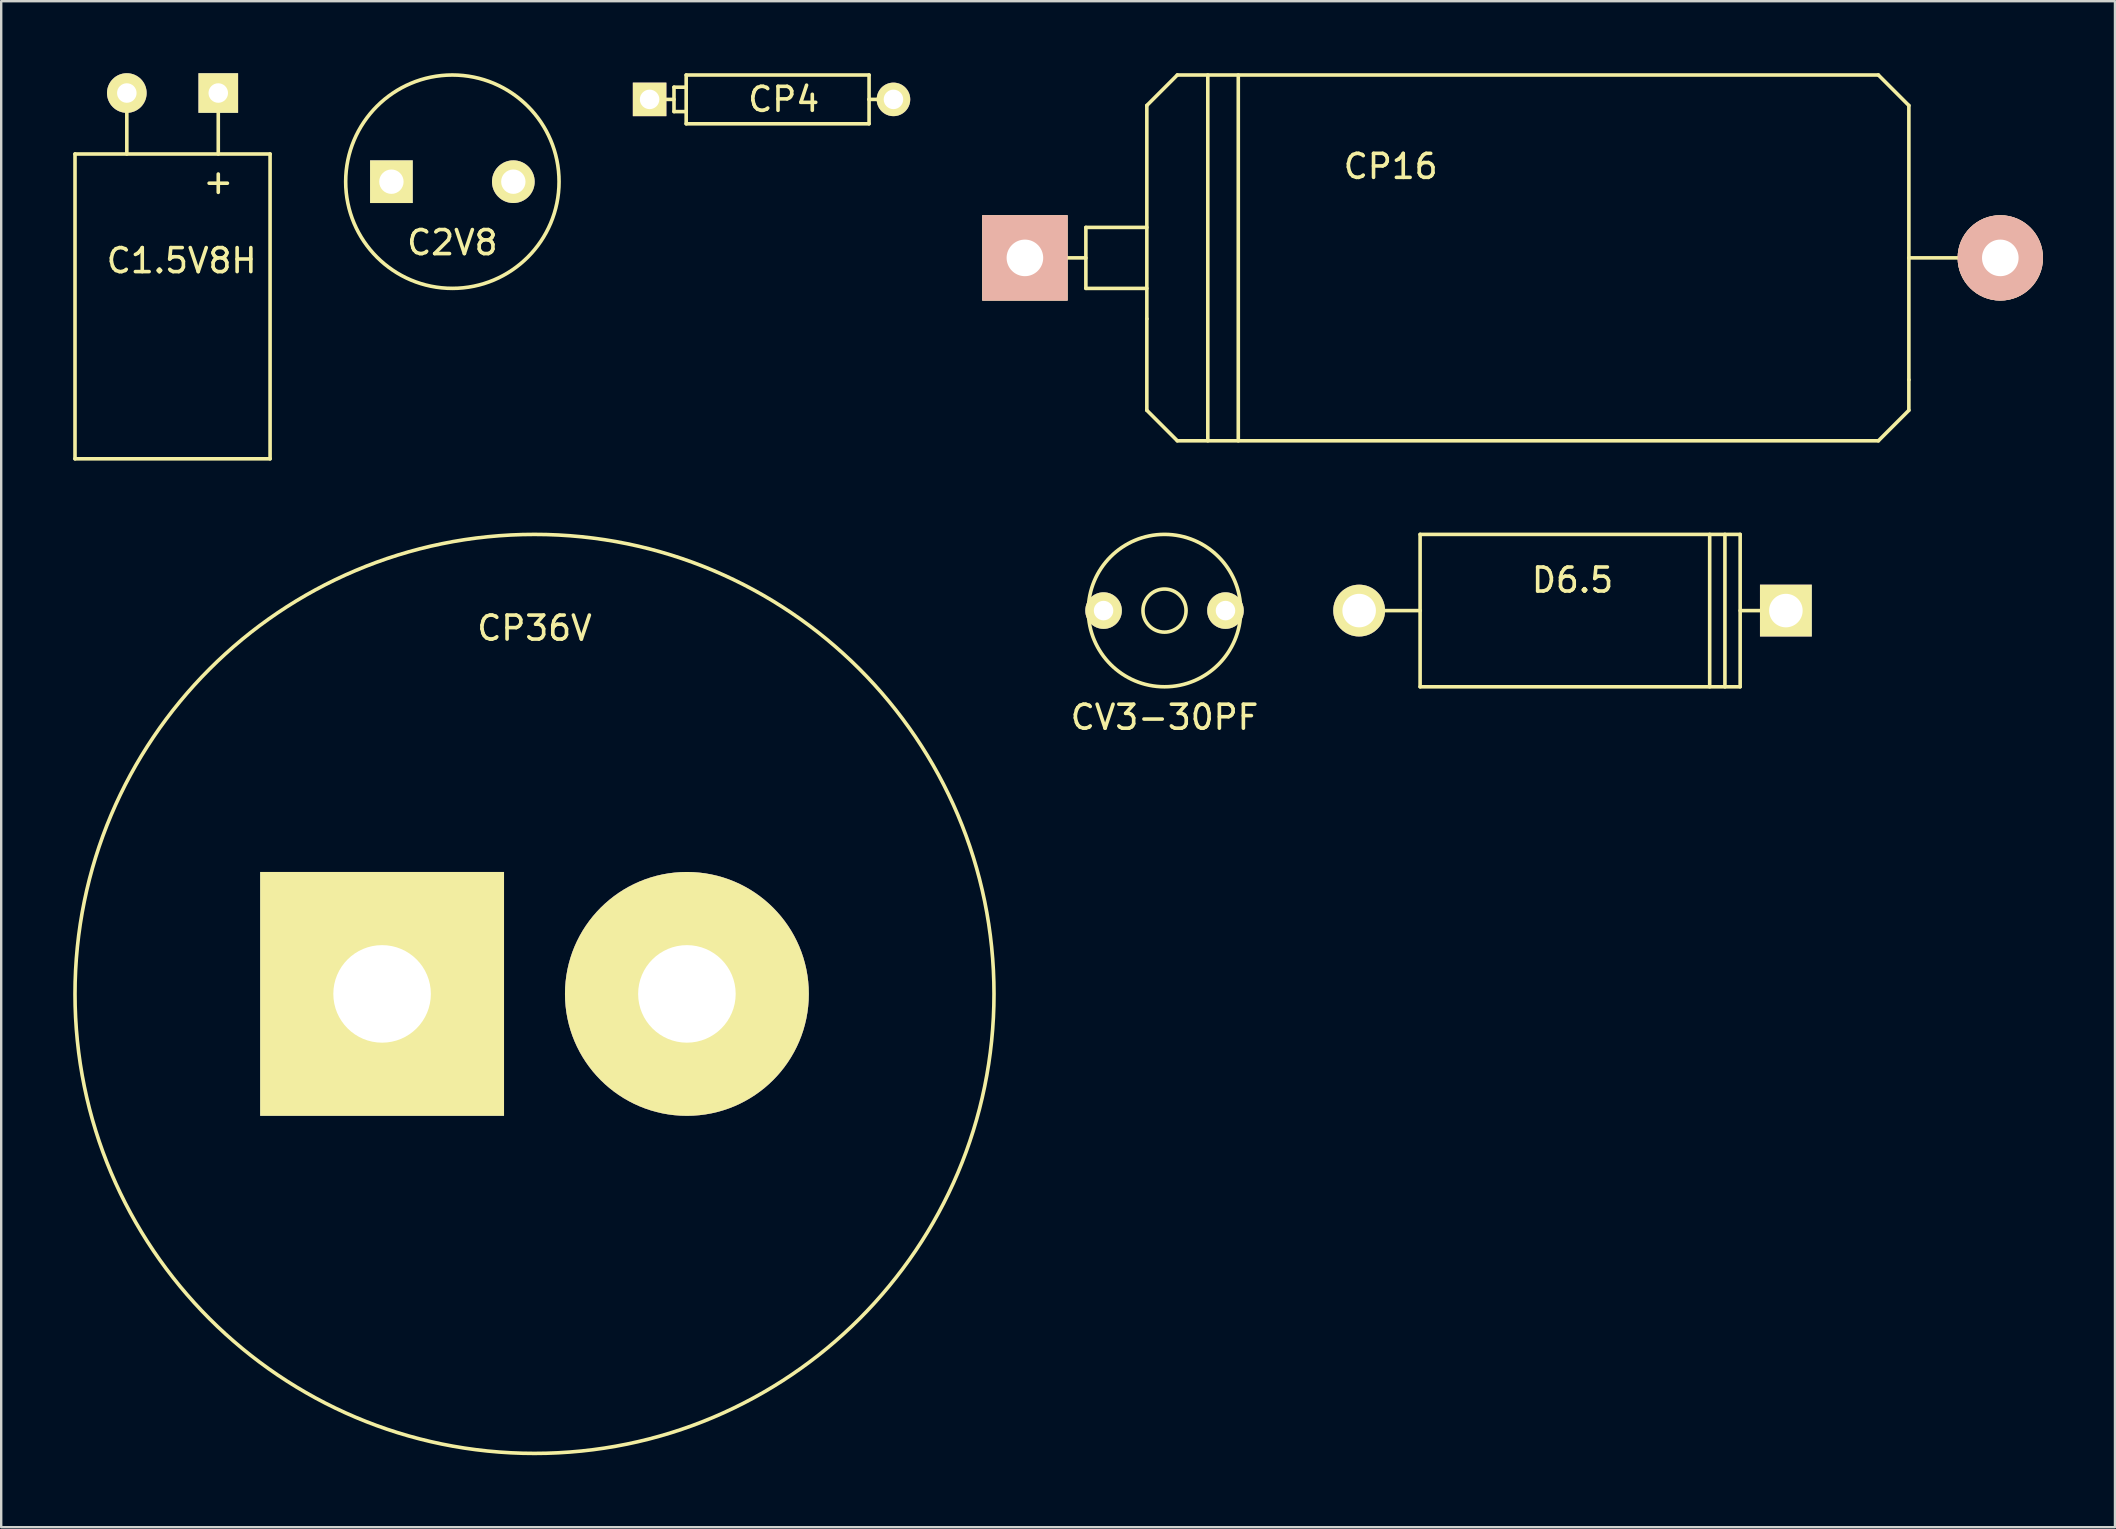
<source format=kicad_pcb>
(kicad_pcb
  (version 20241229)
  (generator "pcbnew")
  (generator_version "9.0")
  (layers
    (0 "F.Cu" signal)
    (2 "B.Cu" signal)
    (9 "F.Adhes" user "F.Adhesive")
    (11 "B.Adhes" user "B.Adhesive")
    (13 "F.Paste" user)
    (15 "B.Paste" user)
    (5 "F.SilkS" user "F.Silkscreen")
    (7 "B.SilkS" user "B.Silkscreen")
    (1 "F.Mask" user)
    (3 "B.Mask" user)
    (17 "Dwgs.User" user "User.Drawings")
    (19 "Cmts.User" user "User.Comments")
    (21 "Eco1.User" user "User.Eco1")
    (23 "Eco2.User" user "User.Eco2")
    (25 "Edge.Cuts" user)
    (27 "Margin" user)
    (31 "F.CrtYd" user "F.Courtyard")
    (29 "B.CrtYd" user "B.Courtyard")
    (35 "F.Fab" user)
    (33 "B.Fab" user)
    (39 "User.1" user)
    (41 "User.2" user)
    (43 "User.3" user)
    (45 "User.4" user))
  (footprint "CP4"
    (layer "F.Cu")
    (at 29.096 1.091)
    (property "Reference" "CP4" (at 0.508 0 0) (layer "F.SilkS") (effects (font (size 1 1) (thickness 0.15))))
    (attr through_hole)
    (fp_line (start -5.08 0) (end -4.064 0) (stroke (width 0.15) (type solid)) (layer "F.SilkS"))
    (fp_line (start -4.064 -0.508) (end -3.556 -0.508) (stroke (width 0.15) (type solid)) (layer "F.SilkS"))
    (fp_line (start -4.064 0.508) (end -4.064 -0.508) (stroke (width 0.15) (type solid)) (layer "F.SilkS"))
    (fp_line (start -3.556 -1.016) (end 4.064 -1.016) (stroke (width 0.15) (type solid)) (layer "F.SilkS"))
    (fp_line (start -3.556 0.508) (end -4.064 0.508) (stroke (width 0.15) (type solid)) (layer "F.SilkS"))
    (fp_line (start -3.556 1.016) (end -3.556 -1.016) (stroke (width 0.15) (type solid)) (layer "F.SilkS"))
    (fp_line (start 4.064 -1.016) (end 4.064 0) (stroke (width 0.15) (type solid)) (layer "F.SilkS"))
    (fp_line (start 4.064 0) (end 4.064 1.016) (stroke (width 0.15) (type solid)) (layer "F.SilkS"))
    (fp_line (start 4.064 1.016) (end -3.556 1.016) (stroke (width 0.15) (type solid)) (layer "F.SilkS"))
    (fp_line (start 5.08 0) (end 4.064 0) (stroke (width 0.15) (type solid)) (layer "F.SilkS"))
    (pad "1" thru_hole rect (at -5.08 0) (size 1.397 1.397) (drill 0.813) (layers "*.Cu" "*.Mask" "F.SilkS"))
    (pad "2" thru_hole circle (at 5.08 0) (size 1.397 1.397) (drill 0.813) (layers "*.Cu" "*.Mask" "F.SilkS")))
  (footprint "C1.5V8H"
    (layer "F.Cu")
    (at 4.139 0.826)
    (property "Reference" "C1.5V8H" (at 0.381 6.985 0) (layer "F.SilkS") (effects (font (size 1 1) (thickness 0.15))))
    (attr through_hole)
    (fp_line (start -4.064 2.54) (end -4.064 15.24) (stroke (width 0.15) (type solid)) (layer "F.SilkS"))
    (fp_line (start -4.064 15.24) (end 4.064 15.24) (stroke (width 0.15) (type solid)) (layer "F.SilkS"))
    (fp_line (start -1.905 0) (end -1.905 2.54) (stroke (width 0.15) (type solid)) (layer "F.SilkS"))
    (fp_line (start 1.905 0) (end 1.905 2.54) (stroke (width 0.15) (type solid)) (layer "F.SilkS"))
    (fp_line (start 4.064 2.54) (end -4.064 2.54) (stroke (width 0.15) (type solid)) (layer "F.SilkS"))
    (fp_line (start 4.064 2.54) (end 4.064 15.24) (stroke (width 0.15) (type solid)) (layer "F.SilkS"))
    (fp_text user "+" (at 1.905 3.683 0) (layer "F.SilkS") (effects (font (size 1 1) (thickness 0.15))))
    (pad "1" thru_hole rect (at 1.905 0) (size 1.651 1.651) (drill 0.813) (layers "*.Cu" "*.Mask" "F.SilkS"))
    (pad "2" thru_hole circle (at -1.905 0) (size 1.651 1.651) (drill 0.813) (layers "*.Cu" "*.Mask" "F.SilkS")))
  (footprint "CP36V"
    (layer "F.Cu")
    (at 19.22 38.361)
    (property "Reference" "CP36V" (at 0 -15.24 0) (layer "F.SilkS") (effects (font (size 1 1) (thickness 0.15))))
    (attr through_hole)
    (fp_circle (center 0 0) (end 19.05 1.905) (stroke (width 0.15) (type solid)) (fill no) (layer "F.SilkS"))
    (pad "1" thru_hole rect (at -6.35 0) (size 10.16 10.16) (drill 4.064) (layers "*.Cu" "*.Mask" "F.SilkS"))
    (pad "2" thru_hole circle (at 6.35 0) (size 10.16 10.16) (drill 4.064) (layers "*.Cu" "*.Mask" "F.SilkS")))
  (footprint "CV3-30PF"
    (layer "F.Cu")
    (at 45.47 22.39)
    (property "Reference" "CV3-30PF" (at 0 4.445 0) (layer "F.SilkS") (effects (font (size 1 1) (thickness 0.15))))
    (attr through_hole)
    (fp_circle (center 0 0) (end 0.635 0.635) (stroke (width 0.15) (type solid)) (fill no) (layer "F.SilkS"))
    (fp_circle (center 0 0) (end 3.175 0) (stroke (width 0.15) (type solid)) (fill no) (layer "F.SilkS"))
    (pad "1" thru_hole circle (at 2.54 0) (size 1.524 1.524) (drill 0.813) (layers "*.Cu" "*.Mask" "F.SilkS"))
    (pad "2" thru_hole circle (at -2.54 0) (size 1.524 1.524) (drill 0.813) (layers "*.Cu" "*.Mask" "F.SilkS")))
  (footprint "CP16"
    (layer "F.Cu")
    (at 59.973 7.695)
    (property "Reference" "CP16" (at -5.08 -3.81 0) (layer "F.SilkS") (effects (font (size 1 1) (thickness 0.15))))
    (attr through_hole)
    (fp_line (start -17.78 -1.27) (end -17.78 1.27) (stroke (width 0.15) (type solid)) (layer "F.SilkS"))
    (fp_line (start -17.78 0) (end -20.32 0) (stroke (width 0.15) (type solid)) (layer "F.SilkS"))
    (fp_line (start -17.78 1.27) (end -15.24 1.27) (stroke (width 0.15) (type solid)) (layer "F.SilkS"))
    (fp_line (start -15.24 -6.35) (end -13.97 -7.62) (stroke (width 0.15) (type solid)) (layer "F.SilkS"))
    (fp_line (start -15.24 -1.27) (end -17.78 -1.27) (stroke (width 0.15) (type solid)) (layer "F.SilkS"))
    (fp_line (start -15.24 2.54) (end -15.24 -6.35) (stroke (width 0.15) (type solid)) (layer "F.SilkS"))
    (fp_line (start -15.24 6.35) (end -15.24 2.54) (stroke (width 0.15) (type solid)) (layer "F.SilkS"))
    (fp_line (start -13.97 7.62) (end -15.24 6.35) (stroke (width 0.15) (type solid)) (layer "F.SilkS"))
    (fp_line (start -12.7 7.62) (end -12.7 -7.62) (stroke (width 0.15) (type solid)) (layer "F.SilkS"))
    (fp_line (start -11.43 7.62) (end -11.43 -7.62) (stroke (width 0.15) (type solid)) (layer "F.SilkS"))
    (fp_line (start 15.24 -7.62) (end -13.97 -7.62) (stroke (width 0.15) (type solid)) (layer "F.SilkS"))
    (fp_line (start 15.24 7.62) (end -13.97 7.62) (stroke (width 0.15) (type solid)) (layer "F.SilkS"))
    (fp_line (start 16.51 -6.35) (end 15.24 -7.62) (stroke (width 0.15) (type solid)) (layer "F.SilkS"))
    (fp_line (start 16.51 5.08) (end 16.51 -6.35) (stroke (width 0.15) (type solid)) (layer "F.SilkS"))
    (fp_line (start 16.51 5.08) (end 16.51 6.35) (stroke (width 0.15) (type solid)) (layer "F.SilkS"))
    (fp_line (start 16.51 6.35) (end 15.24 7.62) (stroke (width 0.15) (type solid)) (layer "F.SilkS"))
    (fp_line (start 20.32 0) (end 16.51 0) (stroke (width 0.15) (type solid)) (layer "F.SilkS"))
    (pad "1" thru_hole rect (at -20.32 0) (size 3.556 3.556) (drill 1.524) (layers "*.Cu" "*.SilkS" "*.Mask"))
    (pad "2" thru_hole circle (at 20.32 0) (size 3.556 3.556) (drill 1.524) (layers "*.Cu" "*.SilkS" "*.Mask")))
  (footprint "D6.5"
    (layer "F.Cu")
    (at 62.469 22.39)
    (property "Reference" "D6.5" (at 0 -1.27 0) (layer "F.SilkS") (effects (font (size 1 1) (thickness 0.15))))
    (attr through_hole)
    (fp_line (start -8.89 0) (end -6.35 0) (stroke (width 0.15) (type solid)) (layer "F.SilkS"))
    (fp_line (start -6.35 -3.175) (end 6.985 -3.175) (stroke (width 0.15) (type solid)) (layer "F.SilkS"))
    (fp_line (start -6.35 3.175) (end -6.35 -3.175) (stroke (width 0.15) (type solid)) (layer "F.SilkS"))
    (fp_line (start 5.715 3.175) (end 5.715 -3.175) (stroke (width 0.15) (type solid)) (layer "F.SilkS"))
    (fp_line (start 6.35 -3.175) (end 6.35 3.175) (stroke (width 0.15) (type solid)) (layer "F.SilkS"))
    (fp_line (start 6.985 0) (end 8.89 0) (stroke (width 0.15) (type solid)) (layer "F.SilkS"))
    (fp_line (start 6.985 3.175) (end -6.35 3.175) (stroke (width 0.15) (type solid)) (layer "F.SilkS"))
    (fp_line (start 6.985 3.175) (end 6.985 -3.175) (stroke (width 0.15) (type solid)) (layer "F.SilkS"))
    (pad "1" thru_hole rect (at 8.89 0) (size 2.159 2.159) (drill 1.397) (layers "*.Cu" "*.Mask" "F.SilkS"))
    (pad "2" thru_hole circle (at -8.89 0) (size 2.159 2.159) (drill 1.397) (layers "*.Cu" "*.Mask" "F.SilkS")))
  (footprint "C2V8"
    (layer "F.Cu")
    (at 15.798 4.52)
    (property "Reference" "C2V8" (at 0 2.54 0) (layer "F.SilkS") (effects (font (size 1 1) (thickness 0.15))))
    (attr through_hole)
    (fp_circle (center 0 0) (end -4.445 0) (stroke (width 0.15) (type solid)) (fill no) (layer "F.SilkS"))
    (pad "1" thru_hole rect (at -2.54 0) (size 1.778 1.778) (drill 1.016) (layers "*.Cu" "*.Mask" "F.SilkS"))
    (pad "2" thru_hole circle (at 2.54 0) (size 1.778 1.778) (drill 1.016) (layers "*.Cu" "*.Mask" "F.SilkS")))
  (gr_rect
    (start -3 -3)
    (end 85.071 60.581)
    (stroke (width 0.1) (type default))
    (fill no)
    (layer "Edge.Cuts")))
</source>
